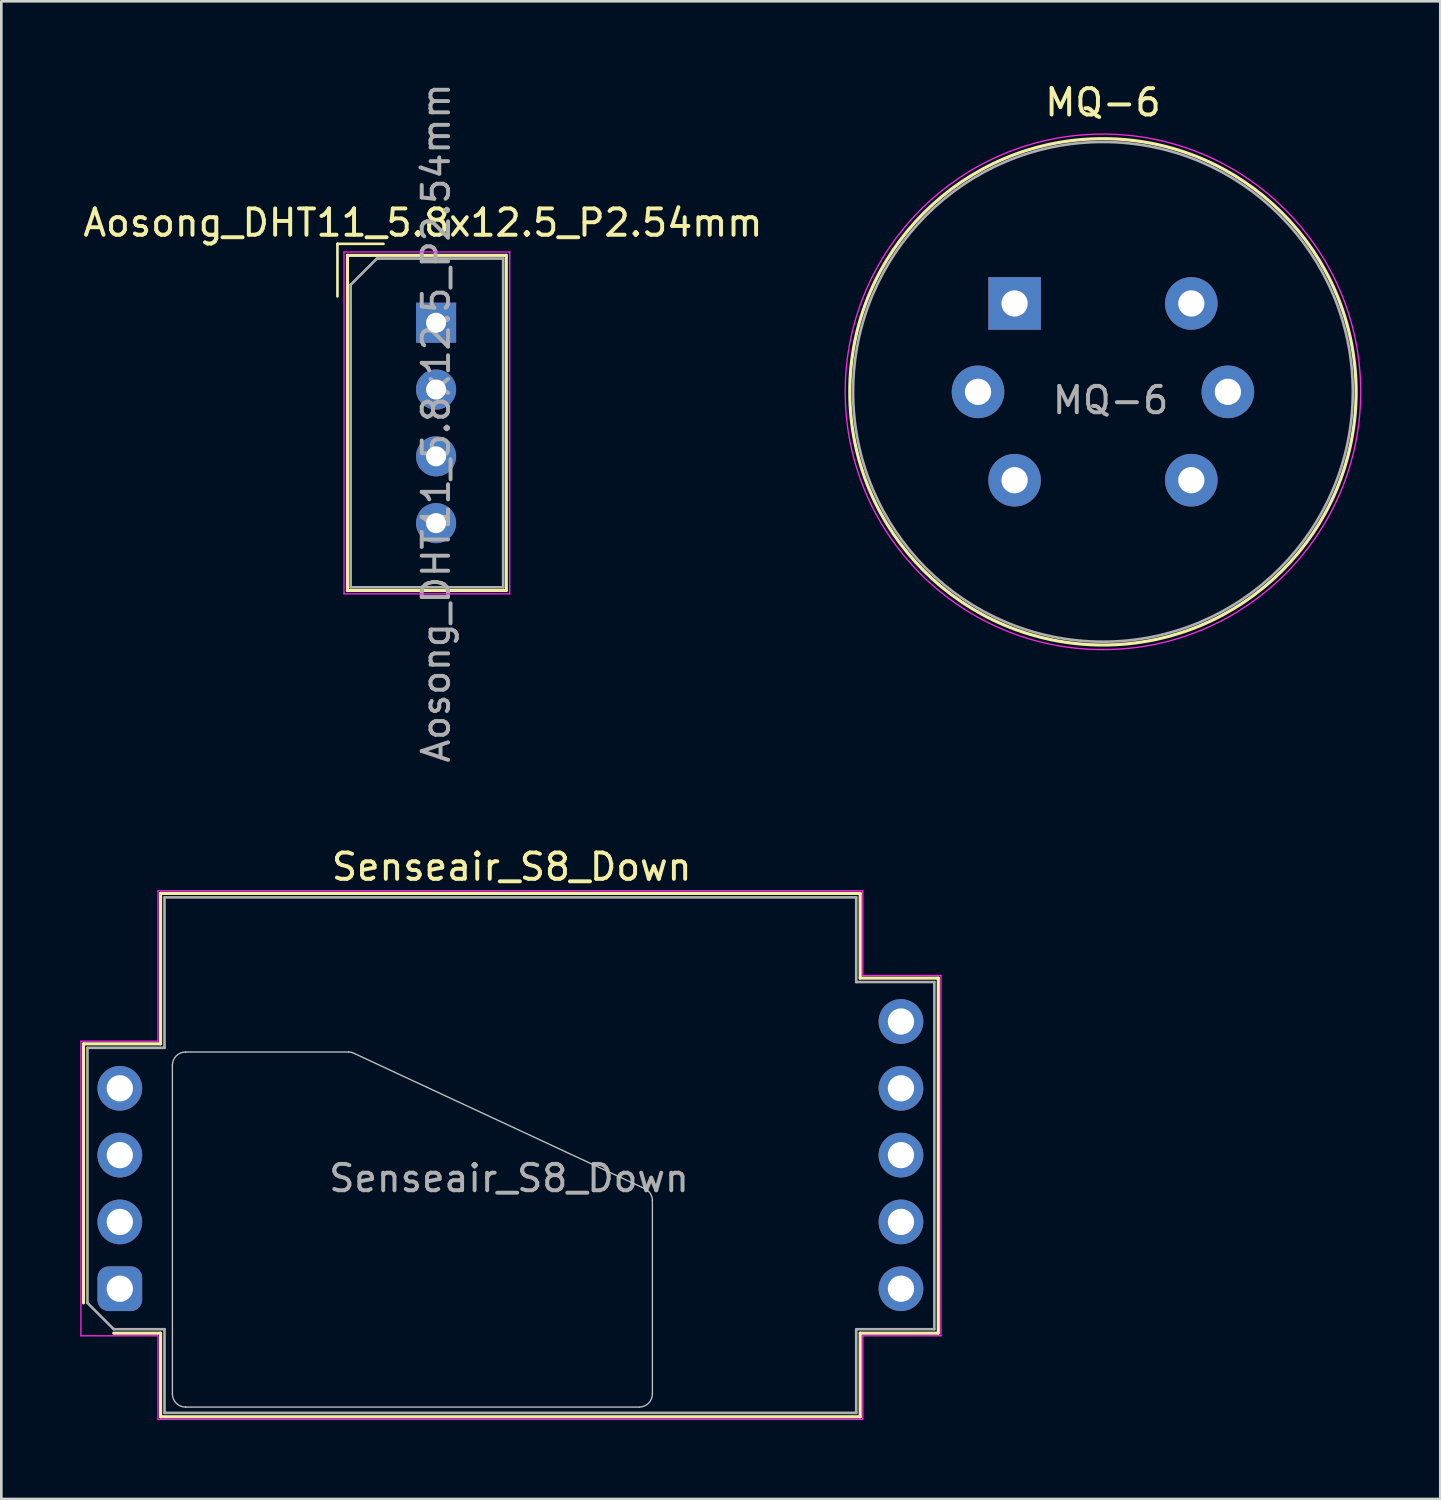
<source format=kicad_pcb>
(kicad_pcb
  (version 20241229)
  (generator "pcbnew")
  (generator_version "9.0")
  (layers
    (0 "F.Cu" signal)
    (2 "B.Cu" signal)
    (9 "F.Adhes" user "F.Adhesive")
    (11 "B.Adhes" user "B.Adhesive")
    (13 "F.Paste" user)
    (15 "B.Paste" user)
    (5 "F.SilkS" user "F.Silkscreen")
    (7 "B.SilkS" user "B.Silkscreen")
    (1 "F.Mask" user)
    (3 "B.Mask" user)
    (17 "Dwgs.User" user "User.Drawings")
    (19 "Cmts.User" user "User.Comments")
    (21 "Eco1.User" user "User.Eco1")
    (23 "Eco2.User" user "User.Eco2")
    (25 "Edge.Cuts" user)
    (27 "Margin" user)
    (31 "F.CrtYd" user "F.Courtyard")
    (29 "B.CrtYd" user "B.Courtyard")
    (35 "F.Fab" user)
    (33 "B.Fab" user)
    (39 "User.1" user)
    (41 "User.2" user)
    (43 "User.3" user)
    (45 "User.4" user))
  (footprint "Senseair_S8_Down"
    (layer "F.Cu")
    (at 1.505 45.948)
    (property "Reference" "Senseair_S8_Down" (at 14.9 -16.04 180) (layer "F.SilkS") (effects (font (size 1 1) (thickness 0.15))))
    (attr through_hole)
    (fp_line (start -1.38 -9.31) (end -1.38 0.54) (stroke (width 0.12) (type solid)) (layer "F.SilkS"))
    (fp_line (start 1.55 -9.31) (end -1.38 -9.31) (stroke (width 0.12) (type solid)) (layer "F.SilkS"))
    (fp_line (start 1.55 -9.31) (end 1.55 -15.03) (stroke (width 0.12) (type solid)) (layer "F.SilkS"))
    (fp_line (start 1.55 1.69) (end -0.23 1.69) (stroke (width 0.12) (type solid)) (layer "F.SilkS"))
    (fp_line (start 1.55 4.87) (end 1.55 1.69) (stroke (width 0.12) (type solid)) (layer "F.SilkS"))
    (fp_line (start 1.55 4.87) (end 28.15 4.87) (stroke (width 0.12) (type solid)) (layer "F.SilkS"))
    (fp_line (start 28.15 -15.03) (end 1.55 -15.03) (stroke (width 0.12) (type solid)) (layer "F.SilkS"))
    (fp_line (start 28.15 -15.03) (end 28.15 -11.81) (stroke (width 0.12) (type solid)) (layer "F.SilkS"))
    (fp_line (start 28.15 1.69) (end 28.15 4.87) (stroke (width 0.12) (type solid)) (layer "F.SilkS"))
    (fp_line (start 31.12 -11.81) (end 28.15 -11.81) (stroke (width 0.12) (type solid)) (layer "F.SilkS"))
    (fp_line (start 31.12 -11.81) (end 31.12 1.69) (stroke (width 0.12) (type solid)) (layer "F.SilkS"))
    (fp_line (start 31.12 1.69) (end 28.15 1.69) (stroke (width 0.12) (type solid)) (layer "F.SilkS"))
    (fp_line (start 2 -8.5) (end 2 4) (stroke (width 0.05) (type solid)) (layer "Dwgs.User"))
    (fp_line (start 2.5 4.5) (end 19.75 4.5) (stroke (width 0.05) (type solid)) (layer "Dwgs.User"))
    (fp_line (start 8.7 -9) (end 2.5 -9) (stroke (width 0.05) (type solid)) (layer "Dwgs.User"))
    (fp_line (start 19.961 -3.803) (end 8.925 -8.94) (stroke (width 0.05) (type solid)) (layer "Dwgs.User"))
    (fp_line (start 20.25 4) (end 20.25 -3.35) (stroke (width 0.05) (type solid)) (layer "Dwgs.User"))
    (fp_arc (start 2 -8.5) (mid 2.146447 -8.853553) (end 2.5 -9) (stroke (width 0.05) (type solid)) (layer "Dwgs.User"))
    (fp_arc (start 2.5 4.5) (mid 2.146447 4.353553) (end 2 4) (stroke (width 0.05) (type solid)) (layer "Dwgs.User"))
    (fp_arc (start 8.7 -9) (mid 8.816469 -8.984667) (end 8.925 -8.939711) (stroke (width 0.05) (type solid)) (layer "Dwgs.User"))
    (fp_arc (start 19.961309 -3.803154) (mid 20.171696 -3.61865) (end 20.25 -3.35) (stroke (width 0.05) (type solid)) (layer "Dwgs.User"))
    (fp_arc (start 20.25 4) (mid 20.103553 4.353553) (end 19.75 4.5) (stroke (width 0.05) (type solid)) (layer "Dwgs.User"))
    (fp_line (start -1.48 -9.41) (end -1.48 1.79) (stroke (width 0.05) (type solid)) (layer "F.CrtYd"))
    (fp_line (start 1.45 -9.41) (end -1.48 -9.41) (stroke (width 0.05) (type solid)) (layer "F.CrtYd"))
    (fp_line (start 1.45 -9.41) (end 1.45 -15.13) (stroke (width 0.05) (type solid)) (layer "F.CrtYd"))
    (fp_line (start 1.45 1.79) (end -1.48 1.79) (stroke (width 0.05) (type solid)) (layer "F.CrtYd"))
    (fp_line (start 1.45 4.97) (end 1.45 1.79) (stroke (width 0.05) (type solid)) (layer "F.CrtYd"))
    (fp_line (start 1.45 4.97) (end 28.25 4.97) (stroke (width 0.05) (type solid)) (layer "F.CrtYd"))
    (fp_line (start 28.25 -15.13) (end 1.45 -15.13) (stroke (width 0.05) (type solid)) (layer "F.CrtYd"))
    (fp_line (start 28.25 -15.13) (end 28.25 -11.91) (stroke (width 0.05) (type solid)) (layer "F.CrtYd"))
    (fp_line (start 28.25 1.79) (end 28.25 4.97) (stroke (width 0.05) (type solid)) (layer "F.CrtYd"))
    (fp_line (start 31.22 -11.91) (end 28.25 -11.91) (stroke (width 0.05) (type solid)) (layer "F.CrtYd"))
    (fp_line (start 31.22 -11.91) (end 31.22 1.79) (stroke (width 0.05) (type solid)) (layer "F.CrtYd"))
    (fp_line (start 31.22 1.79) (end 28.25 1.79) (stroke (width 0.05) (type solid)) (layer "F.CrtYd"))
    (fp_line (start -1.23 -9.16) (end -1.23 0.54) (stroke (width 0.1) (type solid)) (layer "F.Fab"))
    (fp_line (start -1.23 0.54) (end -0.23 1.54) (stroke (width 0.1) (type solid)) (layer "F.Fab"))
    (fp_line (start 1.7 -9.16) (end -1.23 -9.16) (stroke (width 0.1) (type solid)) (layer "F.Fab"))
    (fp_line (start 1.7 -9.16) (end 1.7 -14.88) (stroke (width 0.1) (type solid)) (layer "F.Fab"))
    (fp_line (start 1.7 1.54) (end -0.23 1.54) (stroke (width 0.1) (type solid)) (layer "F.Fab"))
    (fp_line (start 1.7 4.72) (end 1.7 1.54) (stroke (width 0.1) (type solid)) (layer "F.Fab"))
    (fp_line (start 1.7 4.72) (end 28 4.72) (stroke (width 0.1) (type solid)) (layer "F.Fab"))
    (fp_line (start 28 -14.88) (end 1.7 -14.88) (stroke (width 0.1) (type solid)) (layer "F.Fab"))
    (fp_line (start 28 -14.88) (end 28 -11.66) (stroke (width 0.1) (type solid)) (layer "F.Fab"))
    (fp_line (start 28 1.54) (end 28 4.72) (stroke (width 0.1) (type solid)) (layer "F.Fab"))
    (fp_line (start 30.97 -11.66) (end 28 -11.66) (stroke (width 0.1) (type solid)) (layer "F.Fab"))
    (fp_line (start 30.97 -11.66) (end 30.97 1.54) (stroke (width 0.1) (type solid)) (layer "F.Fab"))
    (fp_line (start 30.97 1.54) (end 28 1.54) (stroke (width 0.1) (type solid)) (layer "F.Fab"))
    (fp_text user "${REFERENCE}" (at 14.8 -4.2 0) (layer "F.Fab") (effects (font (size 1 1) (thickness 0.15))))
    (pad "1" thru_hole roundrect (at 0 0) (size 1.7 1.7) (drill 1) (layers "*.Cu" "*.Mask") (roundrect_rratio 0.25))
    (pad "2" thru_hole circle (at 0 -2.54) (size 1.7 1.7) (drill 1) (layers "*.Cu" "*.Mask"))
    (pad "3" thru_hole circle (at 0 -5.08) (size 1.7 1.7) (drill 1) (layers "*.Cu" "*.Mask"))
    (pad "4" thru_hole circle (at 0 -7.62) (size 1.7 1.7) (drill 1) (layers "*.Cu" "*.Mask"))
    (pad "5" thru_hole circle (at 29.7 -10.16) (size 1.7 1.7) (drill 1) (layers "*.Cu" "*.Mask"))
    (pad "6" thru_hole circle (at 29.7 -7.62) (size 1.7 1.7) (drill 1) (layers "*.Cu" "*.Mask"))
    (pad "7" thru_hole circle (at 29.7 -5.08) (size 1.7 1.7) (drill 1) (layers "*.Cu" "*.Mask"))
    (pad "8" thru_hole circle (at 29.7 -2.54) (size 1.7 1.7) (drill 1) (layers "*.Cu" "*.Mask"))
    (pad "9" thru_hole circle (at 29.7 0) (size 1.7 1.7) (drill 1) (layers "*.Cu" "*.Mask")))
  (footprint "Aosong_DHT11_5.8x12.5_P2.54mm"
    (layer "F.Cu")
    (at 13.53 9.22)
    (property "Reference" "Aosong_DHT11_5.8x12.5_P2.54mm" (at -0.5 -3.8 0) (layer "F.SilkS") (effects (font (size 1 1) (thickness 0.15))))
    (attr through_hole)
    (fp_line (start -3.75 -3) (end -3.75 -1) (stroke (width 0.1) (type solid)) (layer "F.SilkS"))
    (fp_line (start -3.75 -3) (end -2 -3) (stroke (width 0.1) (type solid)) (layer "F.SilkS"))
    (fp_line (start -3.37 -2.56) (end 2.67 -2.56) (stroke (width 0.12) (type solid)) (layer "F.SilkS"))
    (fp_line (start -3.37 10.18) (end -3.37 -2.56) (stroke (width 0.12) (type solid)) (layer "F.SilkS"))
    (fp_line (start 2.67 -2.56) (end 2.67 10.18) (stroke (width 0.12) (type solid)) (layer "F.SilkS"))
    (fp_line (start 2.67 10.18) (end -3.37 10.18) (stroke (width 0.12) (type solid)) (layer "F.SilkS"))
    (fp_line (start -3.5 -2.69) (end 2.8 -2.69) (stroke (width 0.05) (type solid)) (layer "F.CrtYd"))
    (fp_line (start -3.5 10.31) (end -3.5 -2.69) (stroke (width 0.05) (type solid)) (layer "F.CrtYd"))
    (fp_line (start 2.8 -2.69) (end 2.8 10.31) (stroke (width 0.05) (type solid)) (layer "F.CrtYd"))
    (fp_line (start 2.8 10.31) (end -3.5 10.31) (stroke (width 0.05) (type solid)) (layer "F.CrtYd"))
    (fp_line (start -3.25 -1.44) (end -3.25 10.06) (stroke (width 0.1) (type solid)) (layer "F.Fab"))
    (fp_line (start -3.25 -1.44) (end -2.25 -2.44) (stroke (width 0.1) (type solid)) (layer "F.Fab"))
    (fp_line (start -2.25 -2.44) (end 2.55 -2.44) (stroke (width 0.1) (type solid)) (layer "F.Fab"))
    (fp_line (start 2.55 -2.44) (end 2.55 10.06) (stroke (width 0.1) (type solid)) (layer "F.Fab"))
    (fp_line (start 2.55 10.06) (end -3.25 10.06) (stroke (width 0.1) (type solid)) (layer "F.Fab"))
    (fp_text user "${REFERENCE}" (at 0 3.81 90) (layer "F.Fab") (effects (font (size 1 1) (thickness 0.15))))
    (pad "1" thru_hole rect (at 0 0) (size 1.524 1.524) (drill 0.762) (layers "*.Cu" "*.Mask"))
    (pad "2" thru_hole circle (at 0 2.54) (size 1.524 1.524) (drill 0.762) (layers "*.Cu" "*.Mask"))
    (pad "3" thru_hole circle (at 0 5.08) (size 1.524 1.524) (drill 0.762) (layers "*.Cu" "*.Mask"))
    (pad "4" thru_hole circle (at 0 7.62) (size 1.524 1.524) (drill 0.762) (layers "*.Cu" "*.Mask")))
  (footprint "MQ-6"
    (layer "F.Cu")
    (at 35.525 8.488)
    (property "Reference" "MQ-6" (at 3.36 -7.64 0) (layer "F.SilkS") (effects (font (size 1 1) (thickness 0.15))))
    (attr through_hole)
    (fp_circle (center 3.36 3.36) (end 12.985 3.36) (stroke (width 0.12) (type solid)) (fill no) (layer "F.SilkS"))
    (fp_circle (center 3.36 3.36) (end 13.16 3.36) (stroke (width 0.05) (type solid)) (fill no) (layer "F.CrtYd"))
    (fp_circle (center 3.36 3.36) (end 12.86 3.36) (stroke (width 0.1) (type solid)) (fill no) (layer "F.Fab"))
    (fp_text user "${REFERENCE}" (at 3.65 3.68 0) (layer "F.Fab") (effects (font (size 1 1) (thickness 0.15))))
    (pad "1" thru_hole rect (at 0 0) (size 2 2) (drill 1) (layers "*.Cu" "*.Mask"))
    (pad "2" thru_hole circle (at -1.39 3.36) (size 2 2) (drill 1) (layers "*.Cu" "*.Mask"))
    (pad "3" thru_hole circle (at 0 6.72 90) (size 2 2) (drill 1) (layers "*.Cu" "*.Mask"))
    (pad "4" thru_hole circle (at 6.72 6.72 180) (size 2 2) (drill 1) (layers "*.Cu" "*.Mask"))
    (pad "5" thru_hole circle (at 8.11 3.36) (size 2 2) (drill 1) (layers "*.Cu" "*.Mask"))
    (pad "6" thru_hole circle (at 6.72 0 270) (size 2 2) (drill 1) (layers "*.Cu" "*.Mask")))
  (gr_rect
    (start -3 -3)
    (end 51.71 53.943)
    (stroke (width 0.1) (type default))
    (fill no)
    (layer "Edge.Cuts")))
</source>
